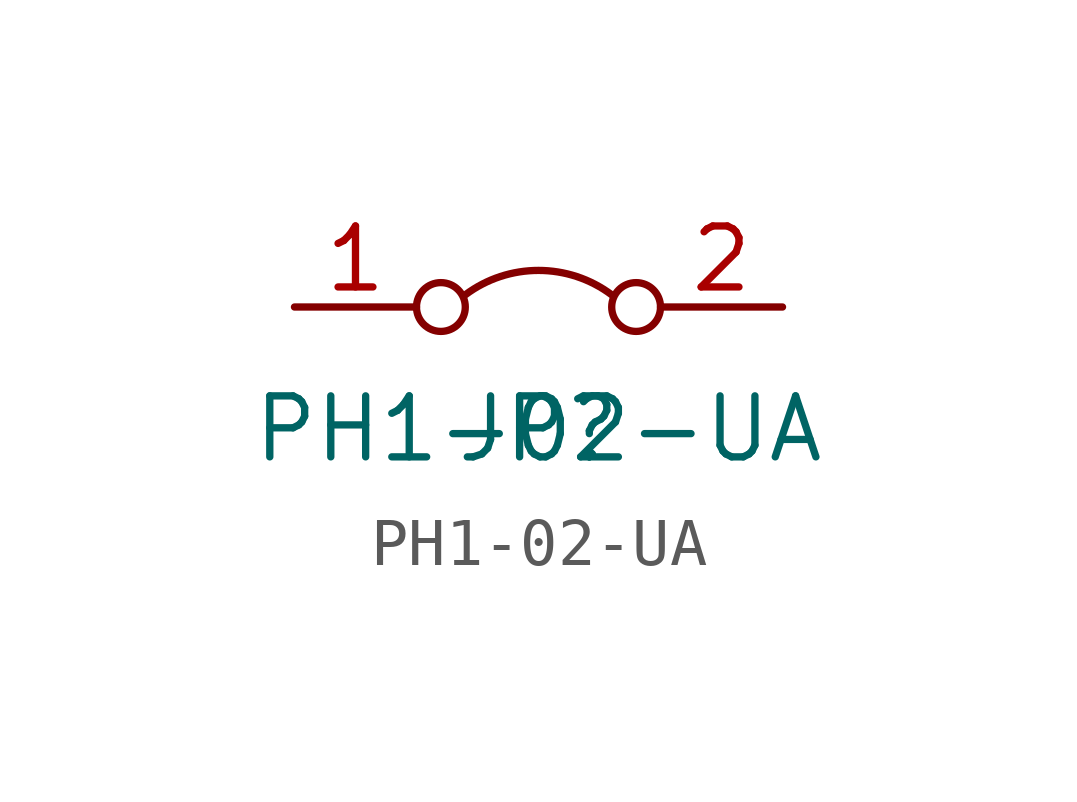
<source format=kicad_sym>
(kicad_symbol_lib
  (version 20211014)
  (generator kicad_symbol_editor)
  (symbol "PH1-02-UA"
    (property "Reference" "JP"
      (at 0 0 0)
      (effects (font (size 1.27 1.27))))
    (property "Value" "PH1-02-UA"
      (at 0 0 0)
      (effects (font (size 1.27 1.27))))
    (symbol "PH1-02-UA_0_0"
      (circle (center -2.032 2.54) (radius 0.508) (stroke (width 0) (type default) (color 0 0 0 0)) (fill (type none)))
      (circle (center 2.032 2.54) (radius 0.508) (stroke (width 0) (type default) (color 0 0 0 0)) (fill (type none))))
    (symbol "PH1-02-UA_0_1"
      (arc (start 1.524 2.794) (mid 0 3.302) (end -1.524 2.794) (stroke (width 0) (type default) (color 0 0 0 0)) (fill (type none))))
    (symbol "PH1-02-UA_1_1"
      (pin passive line (at -5.08 2.54 0) (length 2.54) (name "" (effects (font (size 1.27 1.27)))) (number "1" (effects (font (size 1.27 1.27)))))
      (pin passive line (at 5.08 2.54 180) (length 2.54) (name "" (effects (font (size 1.27 1.27)))) (number "2" (effects (font (size 1.27 1.27))))))))
</source>
